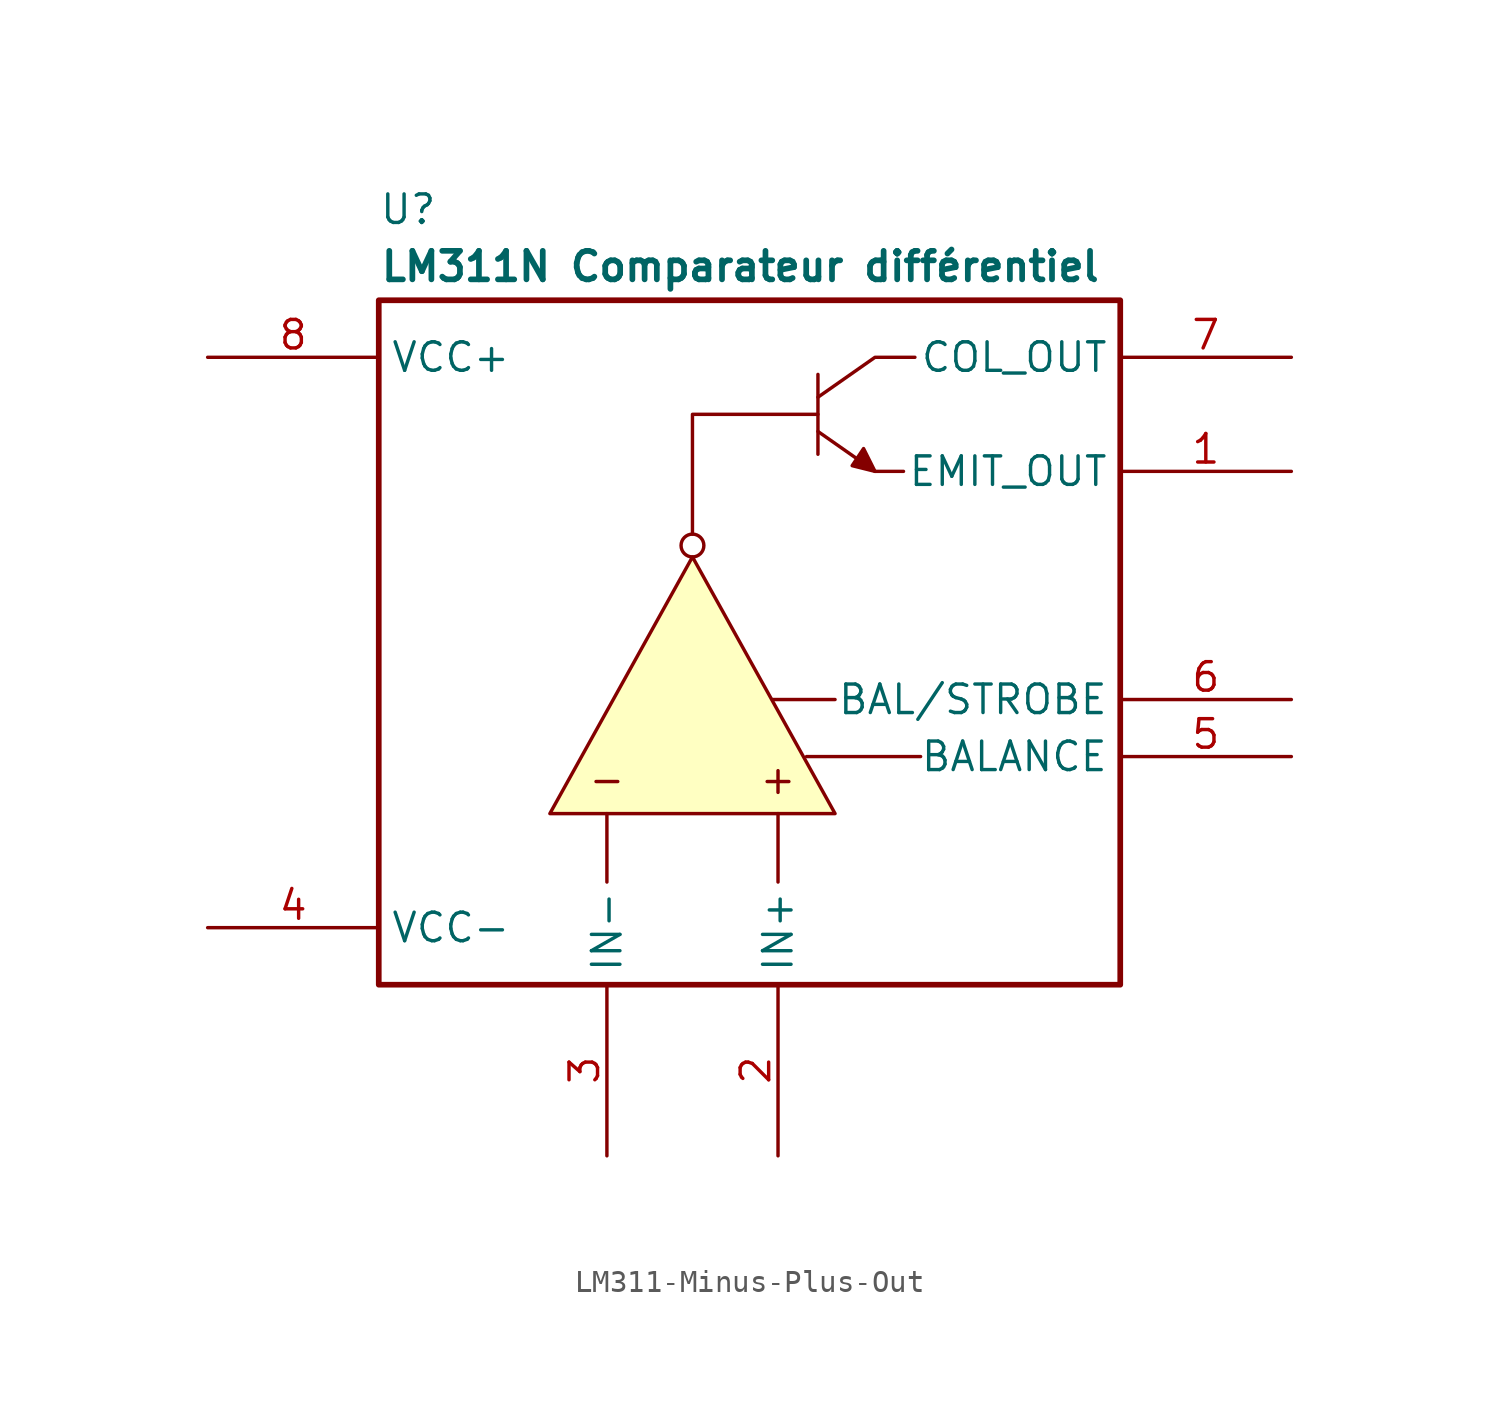
<source format=kicad_sym>
(kicad_symbol_lib
  (version 20220914)
  (generator kicad_symbol_editor)
  (symbol "LM311-Minus-Plus-Out"
    (property "Reference" "U"
      (at 0 3.302 0)
      (effects (font (size 1.27 1.27)) (justify left bottom)))
    (property "Value" "LM311N Comparateur différentiel"
      (at 0 0.762 0)
      (effects (font (size 1.27 1.27) bold) (justify left bottom)))
    (symbol "LM311-Minus-Plus-Out_1_1"
      (polyline (pts (xy 10.16 -25.908) (xy 10.16 -22.86)) (stroke (width 0) (type default)) (fill (type none)))
      (polyline (pts (xy 17.78 -25.908) (xy 17.78 -22.86)) (stroke (width 0) (type default)) (fill (type none)))
      (polyline (pts (xy 19.558 -3.302) (xy 19.558 -6.858)) (stroke (width 0) (type default)) (fill (type none)))
      (polyline (pts (xy 20.32 -17.78) (xy 17.526 -17.78)) (stroke (width 0) (type default)) (fill (type none)))
      (polyline (pts (xy 24.13 -20.32) (xy 19.05 -20.32)) (stroke (width 0) (type default)) (fill (type none)))
      (polyline (pts (xy 13.97 -10.414) (xy 13.97 -5.08) (xy 19.558 -5.08)) (stroke (width 0) (type default)) (fill (type none)))
      (polyline (pts (xy 23.368 -7.62) (xy 22.098 -7.62) (xy 19.558 -5.842)) (stroke (width 0) (type default)) (fill (type none)))
      (polyline (pts (xy 23.876 -2.54) (xy 22.098 -2.54) (xy 19.558 -4.318)) (stroke (width 0) (type default)) (fill (type none)))
      (polyline (pts (xy 13.97 -11.43) (xy 7.62 -22.86) (xy 20.32 -22.86) (xy 13.97 -11.43)) (stroke (width 0) (type default)) (fill (type background)))
      (polyline (pts (xy 22.098 -7.62) (xy 21.59 -6.604) (xy 21.082 -7.366) (xy 22.098 -7.62)) (stroke (width 0) (type default)) (fill (type outline)))
      (rectangle (start 0 0) (end 33.02 -30.48) (stroke (width 0.254) (type default)) (fill (type none)))
      (circle (center 13.97 -10.922) (radius 0.508) (stroke (width 0) (type default)) (fill (type none)))
      (text "+" (at 17.78 -21.336 0) (effects (font (size 1.27 1.27))))
      (text "-" (at 10.16 -21.336 0) (effects (font (size 1.27 1.27))))
      (pin output line (at 40.64 -7.62 180) (length 7.62) (name "EMIT_OUT" (effects (font (size 1.27 1.27)))) (number "1" (effects (font (size 1.27 1.27)))))
      (pin input line (at 17.78 -38.1 90) (length 7.62) (name "IN+" (effects (font (size 1.27 1.27)))) (number "2" (effects (font (size 1.27 1.27)))))
      (pin input line (at 10.16 -38.1 90) (length 7.62) (name "IN-" (effects (font (size 1.27 1.27)))) (number "3" (effects (font (size 1.27 1.27)))))
      (pin power_in line (at -7.62 -27.94 0) (length 7.62) (name "VCC-" (effects (font (size 1.27 1.27)))) (number "4" (effects (font (size 1.27 1.27)))))
      (pin input line (at 40.64 -20.32 180) (length 7.62) (name "BALANCE" (effects (font (size 1.27 1.27)))) (number "5" (effects (font (size 1.27 1.27)))))
      (pin input line (at 40.64 -17.78 180) (length 7.62) (name "BAL/STROBE" (effects (font (size 1.27 1.27)))) (number "6" (effects (font (size 1.27 1.27)))))
      (pin output line (at 40.64 -2.54 180) (length 7.62) (name "COL_OUT" (effects (font (size 1.27 1.27)))) (number "7" (effects (font (size 1.27 1.27)))))
      (pin power_in line (at -7.62 -2.54 0) (length 7.62) (name "VCC+" (effects (font (size 1.27 1.27)))) (number "8" (effects (font (size 1.27 1.27))))))))
</source>
